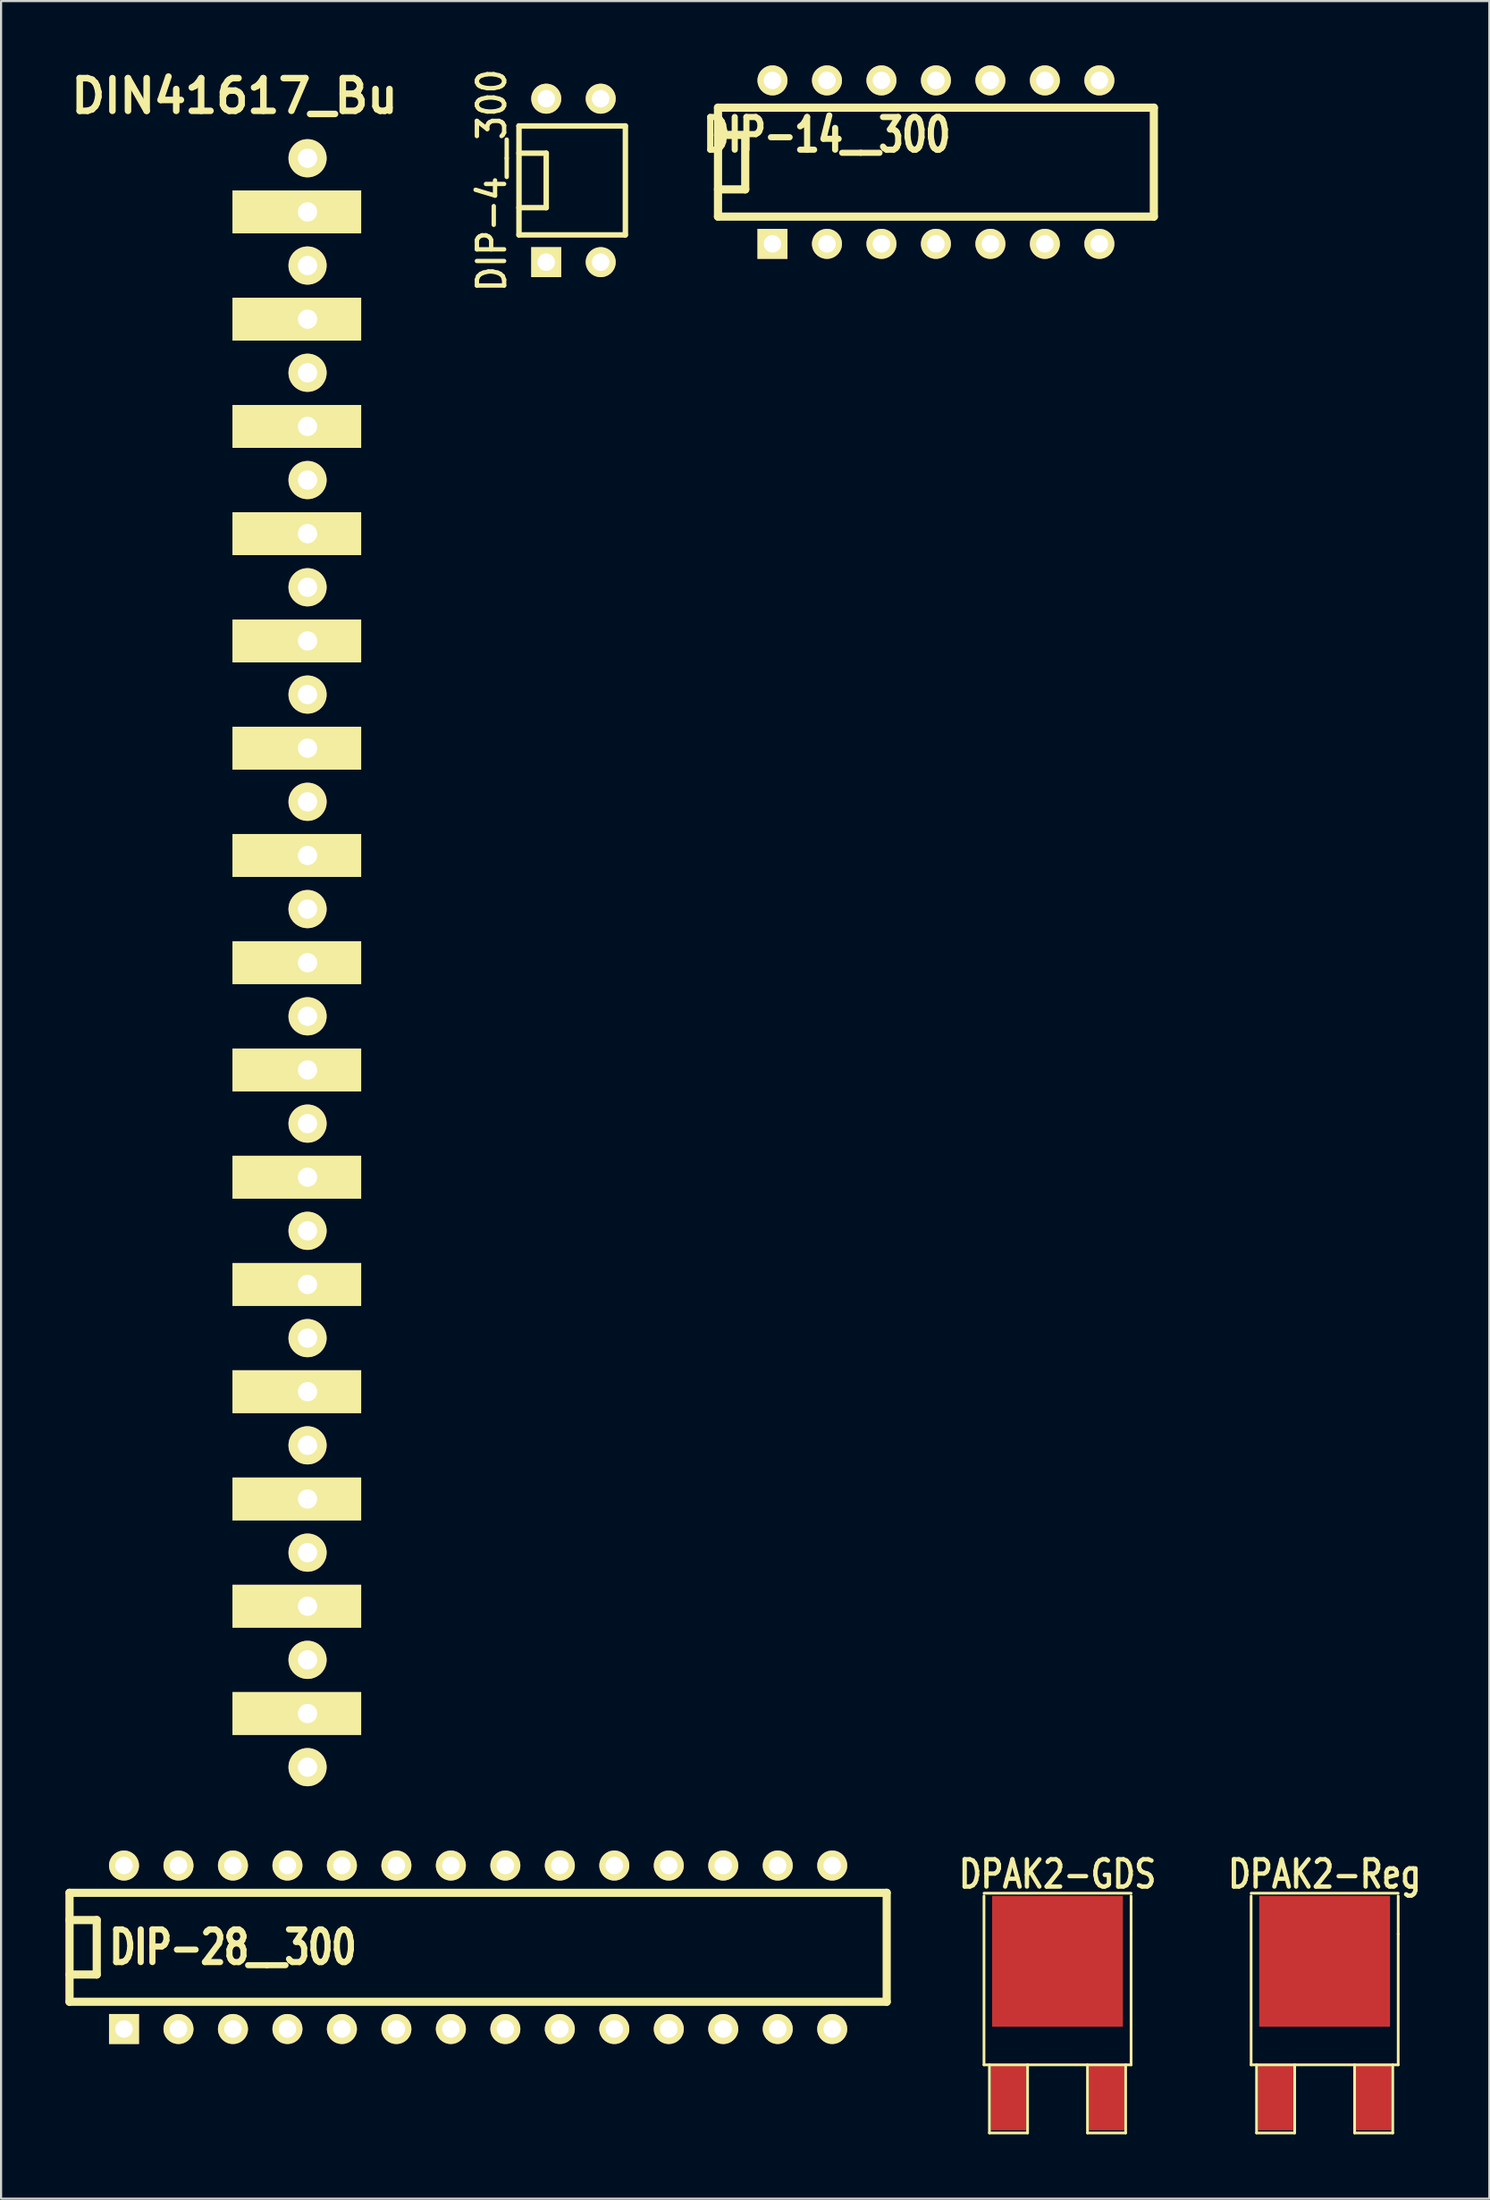
<source format=kicad_pcb>
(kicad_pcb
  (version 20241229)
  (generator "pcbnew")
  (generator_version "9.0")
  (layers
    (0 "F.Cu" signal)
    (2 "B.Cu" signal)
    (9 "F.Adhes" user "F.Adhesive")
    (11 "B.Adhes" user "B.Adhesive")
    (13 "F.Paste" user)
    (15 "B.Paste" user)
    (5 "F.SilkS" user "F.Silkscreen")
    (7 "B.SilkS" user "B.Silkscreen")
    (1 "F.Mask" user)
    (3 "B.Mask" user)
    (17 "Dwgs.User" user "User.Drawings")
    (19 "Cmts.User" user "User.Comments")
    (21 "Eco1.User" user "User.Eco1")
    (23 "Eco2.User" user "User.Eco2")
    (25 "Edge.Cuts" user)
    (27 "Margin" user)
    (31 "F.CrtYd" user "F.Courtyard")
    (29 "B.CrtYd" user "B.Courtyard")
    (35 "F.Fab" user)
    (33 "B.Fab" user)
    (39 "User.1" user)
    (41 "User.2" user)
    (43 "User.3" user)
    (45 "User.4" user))
  (footprint "DPAK2-GDS"
    (layer "F.Cu")
    (at 46.256 94.731)
    (property "Reference" "DPAK2-GDS" (at 0 -10.414 0) (layer "F.SilkS") (effects (font (size 1.27 1.016) (thickness 0.203))))
    (attr smd)
    (fp_line (start -3.429 -9.525) (end 3.429 -9.525) (stroke (width 0.127) (type solid)) (layer "F.SilkS"))
    (fp_line (start -3.429 -1.524) (end -3.429 -9.398) (stroke (width 0.127) (type solid)) (layer "F.SilkS"))
    (fp_line (start -3.175 -1.524) (end -3.175 1.651) (stroke (width 0.127) (type solid)) (layer "F.SilkS"))
    (fp_line (start -3.175 1.651) (end -1.397 1.651) (stroke (width 0.127) (type solid)) (layer "F.SilkS"))
    (fp_line (start -1.397 1.651) (end -1.397 -1.524) (stroke (width 0.127) (type solid)) (layer "F.SilkS"))
    (fp_line (start 1.397 -1.524) (end 1.397 1.651) (stroke (width 0.127) (type solid)) (layer "F.SilkS"))
    (fp_line (start 1.397 1.651) (end 3.175 1.651) (stroke (width 0.127) (type solid)) (layer "F.SilkS"))
    (fp_line (start 3.175 1.651) (end 3.175 -1.524) (stroke (width 0.127) (type solid)) (layer "F.SilkS"))
    (fp_line (start 3.429 -9.398) (end 3.429 -7.62) (stroke (width 0.127) (type solid)) (layer "F.SilkS"))
    (fp_line (start 3.429 -7.62) (end 3.429 -1.524) (stroke (width 0.127) (type solid)) (layer "F.SilkS"))
    (fp_line (start 3.429 -1.524) (end -3.429 -1.524) (stroke (width 0.127) (type solid)) (layer "F.SilkS"))
    (pad "D" smd rect (at 0 -6.35) (size 6.096 6.096) (layers "F.Cu" "F.Mask" "F.Paste"))
    (pad "G" smd rect (at -2.286 0) (size 1.651 3.048) (layers "F.Cu" "F.Mask" "F.Paste"))
    (pad "S" smd rect (at 2.286 0) (size 1.651 3.048) (layers "F.Cu" "F.Mask" "F.Paste")))
  (footprint "DIP-14__300"
    (layer "F.Cu")
    (at 40.586 4.508)
    (property "Reference" "DIP-14__300" (at -5.08 -1.27 0) (layer "F.SilkS") (effects (font (size 1.524 1.143) (thickness 0.287))))
    (attr through_hole)
    (fp_line (start -10.16 -2.54) (end 10.16 -2.54) (stroke (width 0.381) (type solid)) (layer "F.SilkS"))
    (fp_line (start -10.16 -1.27) (end -8.89 -1.27) (stroke (width 0.381) (type solid)) (layer "F.SilkS"))
    (fp_line (start -10.16 2.54) (end -10.16 -2.54) (stroke (width 0.381) (type solid)) (layer "F.SilkS"))
    (fp_line (start -8.89 -1.27) (end -8.89 1.27) (stroke (width 0.381) (type solid)) (layer "F.SilkS"))
    (fp_line (start -8.89 1.27) (end -10.16 1.27) (stroke (width 0.381) (type solid)) (layer "F.SilkS"))
    (fp_line (start 10.16 -2.54) (end 10.16 2.54) (stroke (width 0.381) (type solid)) (layer "F.SilkS"))
    (fp_line (start 10.16 2.54) (end -10.16 2.54) (stroke (width 0.381) (type solid)) (layer "F.SilkS"))
    (pad "1" thru_hole rect (at -7.62 3.81) (size 1.397 1.397) (drill 0.813) (layers "*.Cu" "*.Mask" "F.SilkS"))
    (pad "2" thru_hole circle (at -5.08 3.81) (size 1.397 1.397) (drill 0.813) (layers "*.Cu" "*.Mask" "F.SilkS"))
    (pad "3" thru_hole circle (at -2.54 3.81) (size 1.397 1.397) (drill 0.813) (layers "*.Cu" "*.Mask" "F.SilkS"))
    (pad "4" thru_hole circle (at 0 3.81) (size 1.397 1.397) (drill 0.813) (layers "*.Cu" "*.Mask" "F.SilkS"))
    (pad "5" thru_hole circle (at 2.54 3.81) (size 1.397 1.397) (drill 0.813) (layers "*.Cu" "*.Mask" "F.SilkS"))
    (pad "6" thru_hole circle (at 5.08 3.81) (size 1.397 1.397) (drill 0.813) (layers "*.Cu" "*.Mask" "F.SilkS"))
    (pad "7" thru_hole circle (at 7.62 3.81) (size 1.397 1.397) (drill 0.813) (layers "*.Cu" "*.Mask" "F.SilkS"))
    (pad "8" thru_hole circle (at 7.62 -3.81) (size 1.397 1.397) (drill 0.813) (layers "*.Cu" "*.Mask" "F.SilkS"))
    (pad "9" thru_hole circle (at 5.08 -3.81) (size 1.397 1.397) (drill 0.813) (layers "*.Cu" "*.Mask" "F.SilkS"))
    (pad "10" thru_hole circle (at 2.54 -3.81) (size 1.397 1.397) (drill 0.813) (layers "*.Cu" "*.Mask" "F.SilkS"))
    (pad "11" thru_hole circle (at 0 -3.81) (size 1.397 1.397) (drill 0.813) (layers "*.Cu" "*.Mask" "F.SilkS"))
    (pad "12" thru_hole circle (at -2.54 -3.81) (size 1.397 1.397) (drill 0.813) (layers "*.Cu" "*.Mask" "F.SilkS"))
    (pad "13" thru_hole circle (at -5.08 -3.81) (size 1.397 1.397) (drill 0.813) (layers "*.Cu" "*.Mask" "F.SilkS"))
    (pad "14" thru_hole circle (at -7.62 -3.81) (size 1.397 1.397) (drill 0.813) (layers "*.Cu" "*.Mask" "F.SilkS")))
  (footprint "DIN41617_Bu"
    (layer "F.Cu")
    (at 14.289 41.828)
    (property "Reference" "DIN41617_Bu" (at -6.401 -40.401 0) (layer "F.SilkS") (effects (font (size 1.524 1.524) (thickness 0.305))))
    (attr through_hole)
    (pad "1" thru_hole circle (at -3 37.501) (size 1.778 1.778) (drill 0.899) (layers "*.Cu" "*.Mask" "F.SilkS"))
    (pad "2" thru_hole rect (at -3 35.001) (size 5.999 1.999) (drill 0.899 (offset -0.5 0)) (layers "*.Cu" "*.Mask" "F.SilkS"))
    (pad "3" thru_hole circle (at -3 32.499) (size 1.778 1.778) (drill 0.899) (layers "*.Cu" "*.Mask" "F.SilkS"))
    (pad "4" thru_hole rect (at -3 30) (size 5.999 1.999) (drill 0.899 (offset -0.5 0)) (layers "*.Cu" "*.Mask" "F.SilkS"))
    (pad "5" thru_hole circle (at -3 27.501) (size 1.778 1.778) (drill 0.899) (layers "*.Cu" "*.Mask" "F.SilkS"))
    (pad "6" thru_hole rect (at -3 25.001) (size 5.999 1.999) (drill 0.899 (offset -0.5 0)) (layers "*.Cu" "*.Mask" "F.SilkS"))
    (pad "7" thru_hole circle (at -3 22.499) (size 1.778 1.778) (drill 0.899) (layers "*.Cu" "*.Mask" "F.SilkS"))
    (pad "8" thru_hole rect (at -3 20) (size 5.999 1.999) (drill 0.899 (offset -0.5 0)) (layers "*.Cu" "*.Mask" "F.SilkS"))
    (pad "9" thru_hole circle (at -3 17.501) (size 1.778 1.778) (drill 0.899) (layers "*.Cu" "*.Mask" "F.SilkS"))
    (pad "10" thru_hole rect (at -3 15.001) (size 5.999 1.999) (drill 0.899 (offset -0.5 0)) (layers "*.Cu" "*.Mask" "F.SilkS"))
    (pad "11" thru_hole circle (at -3 12.499) (size 1.778 1.778) (drill 0.899) (layers "*.Cu" "*.Mask" "F.SilkS"))
    (pad "12" thru_hole rect (at -3 10) (size 5.999 1.999) (drill 0.899 (offset -0.5 0)) (layers "*.Cu" "*.Mask" "F.SilkS"))
    (pad "13" thru_hole circle (at -3 7.501) (size 1.778 1.778) (drill 0.899) (layers "*.Cu" "*.Mask" "F.SilkS"))
    (pad "14" thru_hole rect (at -3 5.001) (size 5.999 1.999) (drill 0.899 (offset -0.5 0)) (layers "*.Cu" "*.Mask" "F.SilkS"))
    (pad "15" thru_hole circle (at -3 2.499) (size 1.778 1.778) (drill 0.899) (layers "*.Cu" "*.Mask" "F.SilkS"))
    (pad "16" thru_hole rect (at -3 0) (size 5.999 1.999) (drill 0.899 (offset -0.5 0)) (layers "*.Cu" "*.Mask" "F.SilkS"))
    (pad "17" thru_hole circle (at -3 -2.499) (size 1.778 1.778) (drill 0.899) (layers "*.Cu" "*.Mask" "F.SilkS"))
    (pad "18" thru_hole rect (at -3 -4.999) (size 5.999 1.999) (drill 0.899 (offset -0.5 0)) (layers "*.Cu" "*.Mask" "F.SilkS"))
    (pad "19" thru_hole circle (at -3 -7.501) (size 1.778 1.778) (drill 0.899) (layers "*.Cu" "*.Mask" "F.SilkS"))
    (pad "20" thru_hole rect (at -3 -10) (size 5.999 1.999) (drill 0.899 (offset -0.5 0)) (layers "*.Cu" "*.Mask" "F.SilkS"))
    (pad "21" thru_hole circle (at -3 -12.499) (size 1.778 1.778) (drill 0.899) (layers "*.Cu" "*.Mask" "F.SilkS"))
    (pad "22" thru_hole rect (at -3 -14.999) (size 5.999 1.999) (drill 0.899 (offset -0.5 0)) (layers "*.Cu" "*.Mask" "F.SilkS"))
    (pad "23" thru_hole circle (at -3 -17.501) (size 1.778 1.778) (drill 0.899) (layers "*.Cu" "*.Mask" "F.SilkS"))
    (pad "24" thru_hole rect (at -3 -20) (size 5.999 1.999) (drill 0.899 (offset -0.5 0)) (layers "*.Cu" "*.Mask" "F.SilkS"))
    (pad "25" thru_hole circle (at -3 -22.499) (size 1.778 1.778) (drill 0.899) (layers "*.Cu" "*.Mask" "F.SilkS"))
    (pad "26" thru_hole rect (at -3 -24.999) (size 5.999 1.999) (drill 0.899 (offset -0.5 0)) (layers "*.Cu" "*.Mask" "F.SilkS"))
    (pad "27" thru_hole circle (at -3 -27.501) (size 1.778 1.778) (drill 0.899) (layers "*.Cu" "*.Mask" "F.SilkS"))
    (pad "28" thru_hole rect (at -3 -30) (size 5.999 1.999) (drill 0.899 (offset -0.5 0)) (layers "*.Cu" "*.Mask" "F.SilkS"))
    (pad "29" thru_hole circle (at -3 -32.499) (size 1.778 1.778) (drill 0.899) (layers "*.Cu" "*.Mask" "F.SilkS"))
    (pad "30" thru_hole rect (at -3 -34.999) (size 5.999 1.999) (drill 0.899 (offset -0.5 0)) (layers "*.Cu" "*.Mask" "F.SilkS"))
    (pad "31" thru_hole circle (at -3 -37.501) (size 1.778 1.778) (drill 0.899) (layers "*.Cu" "*.Mask" "F.SilkS")))
  (footprint "DIP-4__300"
    (layer "F.Cu")
    (at 26.227 5.361)
    (property "Reference" "DIP-4__300" (at -6.35 0 90) (layer "F.SilkS") (effects (font (size 1.27 1.143) (thickness 0.203))))
    (attr through_hole)
    (fp_line (start -5.08 -2.54) (end -0.127 -2.54) (stroke (width 0.254) (type solid)) (layer "F.SilkS"))
    (fp_line (start -5.08 -1.27) (end -3.81 -1.27) (stroke (width 0.254) (type solid)) (layer "F.SilkS"))
    (fp_line (start -5.08 2.54) (end -5.08 -2.54) (stroke (width 0.254) (type solid)) (layer "F.SilkS"))
    (fp_line (start -5.08 2.54) (end -0.127 2.54) (stroke (width 0.254) (type solid)) (layer "F.SilkS"))
    (fp_line (start -3.81 -1.27) (end -3.81 1.27) (stroke (width 0.254) (type solid)) (layer "F.SilkS"))
    (fp_line (start -3.81 1.27) (end -5.08 1.27) (stroke (width 0.254) (type solid)) (layer "F.SilkS"))
    (fp_line (start -0.119 -2.54) (end -0.119 2.54) (stroke (width 0.254) (type solid)) (layer "F.SilkS"))
    (pad "1" thru_hole rect (at -3.81 3.81) (size 1.397 1.397) (drill 0.813) (layers "*.Cu" "*.Mask" "F.SilkS"))
    (pad "2" thru_hole circle (at -1.27 3.81) (size 1.397 1.397) (drill 0.813) (layers "*.Cu" "*.Mask" "F.SilkS"))
    (pad "3" thru_hole circle (at -1.27 -3.81) (size 1.397 1.397) (drill 0.813) (layers "*.Cu" "*.Mask" "F.SilkS"))
    (pad "4" thru_hole circle (at -3.81 -3.81) (size 1.397 1.397) (drill 0.813) (layers "*.Cu" "*.Mask" "F.SilkS")))
  (footprint "DPAK2-Reg"
    (layer "F.Cu")
    (at 58.71 94.731)
    (property "Reference" "DPAK2-Reg" (at 0 -10.414 0) (layer "F.SilkS") (effects (font (size 1.27 1.016) (thickness 0.203))))
    (attr smd)
    (fp_line (start -3.429 -9.525) (end 3.429 -9.525) (stroke (width 0.127) (type solid)) (layer "F.SilkS"))
    (fp_line (start -3.429 -1.524) (end -3.429 -9.398) (stroke (width 0.127) (type solid)) (layer "F.SilkS"))
    (fp_line (start -3.175 -1.524) (end -3.175 1.651) (stroke (width 0.127) (type solid)) (layer "F.SilkS"))
    (fp_line (start -3.175 1.651) (end -1.397 1.651) (stroke (width 0.127) (type solid)) (layer "F.SilkS"))
    (fp_line (start -1.397 1.651) (end -1.397 -1.524) (stroke (width 0.127) (type solid)) (layer "F.SilkS"))
    (fp_line (start 1.397 -1.524) (end 1.397 1.651) (stroke (width 0.127) (type solid)) (layer "F.SilkS"))
    (fp_line (start 1.397 1.651) (end 3.175 1.651) (stroke (width 0.127) (type solid)) (layer "F.SilkS"))
    (fp_line (start 3.175 1.651) (end 3.175 -1.524) (stroke (width 0.127) (type solid)) (layer "F.SilkS"))
    (fp_line (start 3.429 -9.398) (end 3.429 -7.62) (stroke (width 0.127) (type solid)) (layer "F.SilkS"))
    (fp_line (start 3.429 -7.62) (end 3.429 -1.524) (stroke (width 0.127) (type solid)) (layer "F.SilkS"))
    (fp_line (start 3.429 -1.524) (end -3.429 -1.524) (stroke (width 0.127) (type solid)) (layer "F.SilkS"))
    (pad "GND" smd rect (at -2.286 0) (size 1.651 3.048) (layers "F.Cu" "F.Mask" "F.Paste"))
    (pad "VI" smd rect (at 2.286 0) (size 1.651 3.048) (layers "F.Cu" "F.Mask" "F.Paste"))
    (pad "VO" smd rect (at 0 -6.35) (size 6.096 6.096) (layers "F.Cu" "F.Mask" "F.Paste")))
  (footprint "DIP-28__300"
    (layer "F.Cu")
    (at 19.241 87.726)
    (property "Reference" "DIP-28__300" (at -11.43 0 0) (layer "F.SilkS") (effects (font (size 1.524 1.143) (thickness 0.305))))
    (attr through_hole)
    (fp_line (start -19.05 -2.54) (end 19.05 -2.54) (stroke (width 0.381) (type solid)) (layer "F.SilkS"))
    (fp_line (start -19.05 -1.27) (end -17.78 -1.27) (stroke (width 0.381) (type solid)) (layer "F.SilkS"))
    (fp_line (start -19.05 2.54) (end -19.05 -2.54) (stroke (width 0.381) (type solid)) (layer "F.SilkS"))
    (fp_line (start -17.78 -1.27) (end -17.78 1.27) (stroke (width 0.381) (type solid)) (layer "F.SilkS"))
    (fp_line (start -17.78 1.27) (end -19.05 1.27) (stroke (width 0.381) (type solid)) (layer "F.SilkS"))
    (fp_line (start 19.05 -2.54) (end 19.05 2.54) (stroke (width 0.381) (type solid)) (layer "F.SilkS"))
    (fp_line (start 19.05 2.54) (end -19.05 2.54) (stroke (width 0.381) (type solid)) (layer "F.SilkS"))
    (pad "1" thru_hole rect (at -16.51 3.81) (size 1.397 1.397) (drill 0.813) (layers "*.Cu" "*.Mask" "F.SilkS"))
    (pad "2" thru_hole circle (at -13.97 3.81) (size 1.397 1.397) (drill 0.813) (layers "*.Cu" "*.Mask" "F.SilkS"))
    (pad "3" thru_hole circle (at -11.43 3.81) (size 1.397 1.397) (drill 0.813) (layers "*.Cu" "*.Mask" "F.SilkS"))
    (pad "4" thru_hole circle (at -8.89 3.81) (size 1.397 1.397) (drill 0.813) (layers "*.Cu" "*.Mask" "F.SilkS"))
    (pad "5" thru_hole circle (at -6.35 3.81) (size 1.397 1.397) (drill 0.813) (layers "*.Cu" "*.Mask" "F.SilkS"))
    (pad "6" thru_hole circle (at -3.81 3.81) (size 1.397 1.397) (drill 0.813) (layers "*.Cu" "*.Mask" "F.SilkS"))
    (pad "7" thru_hole circle (at -1.27 3.81) (size 1.397 1.397) (drill 0.813) (layers "*.Cu" "*.Mask" "F.SilkS"))
    (pad "8" thru_hole circle (at 1.27 3.81) (size 1.397 1.397) (drill 0.813) (layers "*.Cu" "*.Mask" "F.SilkS"))
    (pad "9" thru_hole circle (at 3.81 3.81) (size 1.397 1.397) (drill 0.813) (layers "*.Cu" "*.Mask" "F.SilkS"))
    (pad "10" thru_hole circle (at 6.35 3.81) (size 1.397 1.397) (drill 0.813) (layers "*.Cu" "*.Mask" "F.SilkS"))
    (pad "11" thru_hole circle (at 8.89 3.81) (size 1.397 1.397) (drill 0.813) (layers "*.Cu" "*.Mask" "F.SilkS"))
    (pad "12" thru_hole circle (at 11.43 3.81) (size 1.397 1.397) (drill 0.813) (layers "*.Cu" "*.Mask" "F.SilkS"))
    (pad "13" thru_hole circle (at 13.97 3.81) (size 1.397 1.397) (drill 0.813) (layers "*.Cu" "*.Mask" "F.SilkS"))
    (pad "14" thru_hole circle (at 16.51 3.81) (size 1.397 1.397) (drill 0.813) (layers "*.Cu" "*.Mask" "F.SilkS"))
    (pad "15" thru_hole circle (at 16.51 -3.81) (size 1.397 1.397) (drill 0.813) (layers "*.Cu" "*.Mask" "F.SilkS"))
    (pad "16" thru_hole circle (at 13.97 -3.81) (size 1.397 1.397) (drill 0.813) (layers "*.Cu" "*.Mask" "F.SilkS"))
    (pad "17" thru_hole circle (at 11.43 -3.81) (size 1.397 1.397) (drill 0.813) (layers "*.Cu" "*.Mask" "F.SilkS"))
    (pad "18" thru_hole circle (at 8.89 -3.81) (size 1.397 1.397) (drill 0.813) (layers "*.Cu" "*.Mask" "F.SilkS"))
    (pad "19" thru_hole circle (at 6.35 -3.81) (size 1.397 1.397) (drill 0.813) (layers "*.Cu" "*.Mask" "F.SilkS"))
    (pad "20" thru_hole circle (at 3.81 -3.81) (size 1.397 1.397) (drill 0.813) (layers "*.Cu" "*.Mask" "F.SilkS"))
    (pad "21" thru_hole circle (at 1.27 -3.81) (size 1.397 1.397) (drill 0.813) (layers "*.Cu" "*.Mask" "F.SilkS"))
    (pad "22" thru_hole circle (at -1.27 -3.81) (size 1.397 1.397) (drill 0.813) (layers "*.Cu" "*.Mask" "F.SilkS"))
    (pad "23" thru_hole circle (at -3.81 -3.81) (size 1.397 1.397) (drill 0.813) (layers "*.Cu" "*.Mask" "F.SilkS"))
    (pad "24" thru_hole circle (at -6.35 -3.81) (size 1.397 1.397) (drill 0.813) (layers "*.Cu" "*.Mask" "F.SilkS"))
    (pad "25" thru_hole circle (at -8.89 -3.81) (size 1.397 1.397) (drill 0.813) (layers "*.Cu" "*.Mask" "F.SilkS"))
    (pad "26" thru_hole circle (at -11.43 -3.81) (size 1.397 1.397) (drill 0.813) (layers "*.Cu" "*.Mask" "F.SilkS"))
    (pad "27" thru_hole circle (at -13.97 -3.81) (size 1.397 1.397) (drill 0.813) (layers "*.Cu" "*.Mask" "F.SilkS"))
    (pad "28" thru_hole circle (at -16.51 -3.81) (size 1.397 1.397) (drill 0.813) (layers "*.Cu" "*.Mask" "F.SilkS")))
  (gr_rect
    (start -3 -3)
    (end 66.388 99.445)
    (stroke (width 0.1) (type default))
    (fill no)
    (layer "Edge.Cuts")))
</source>
